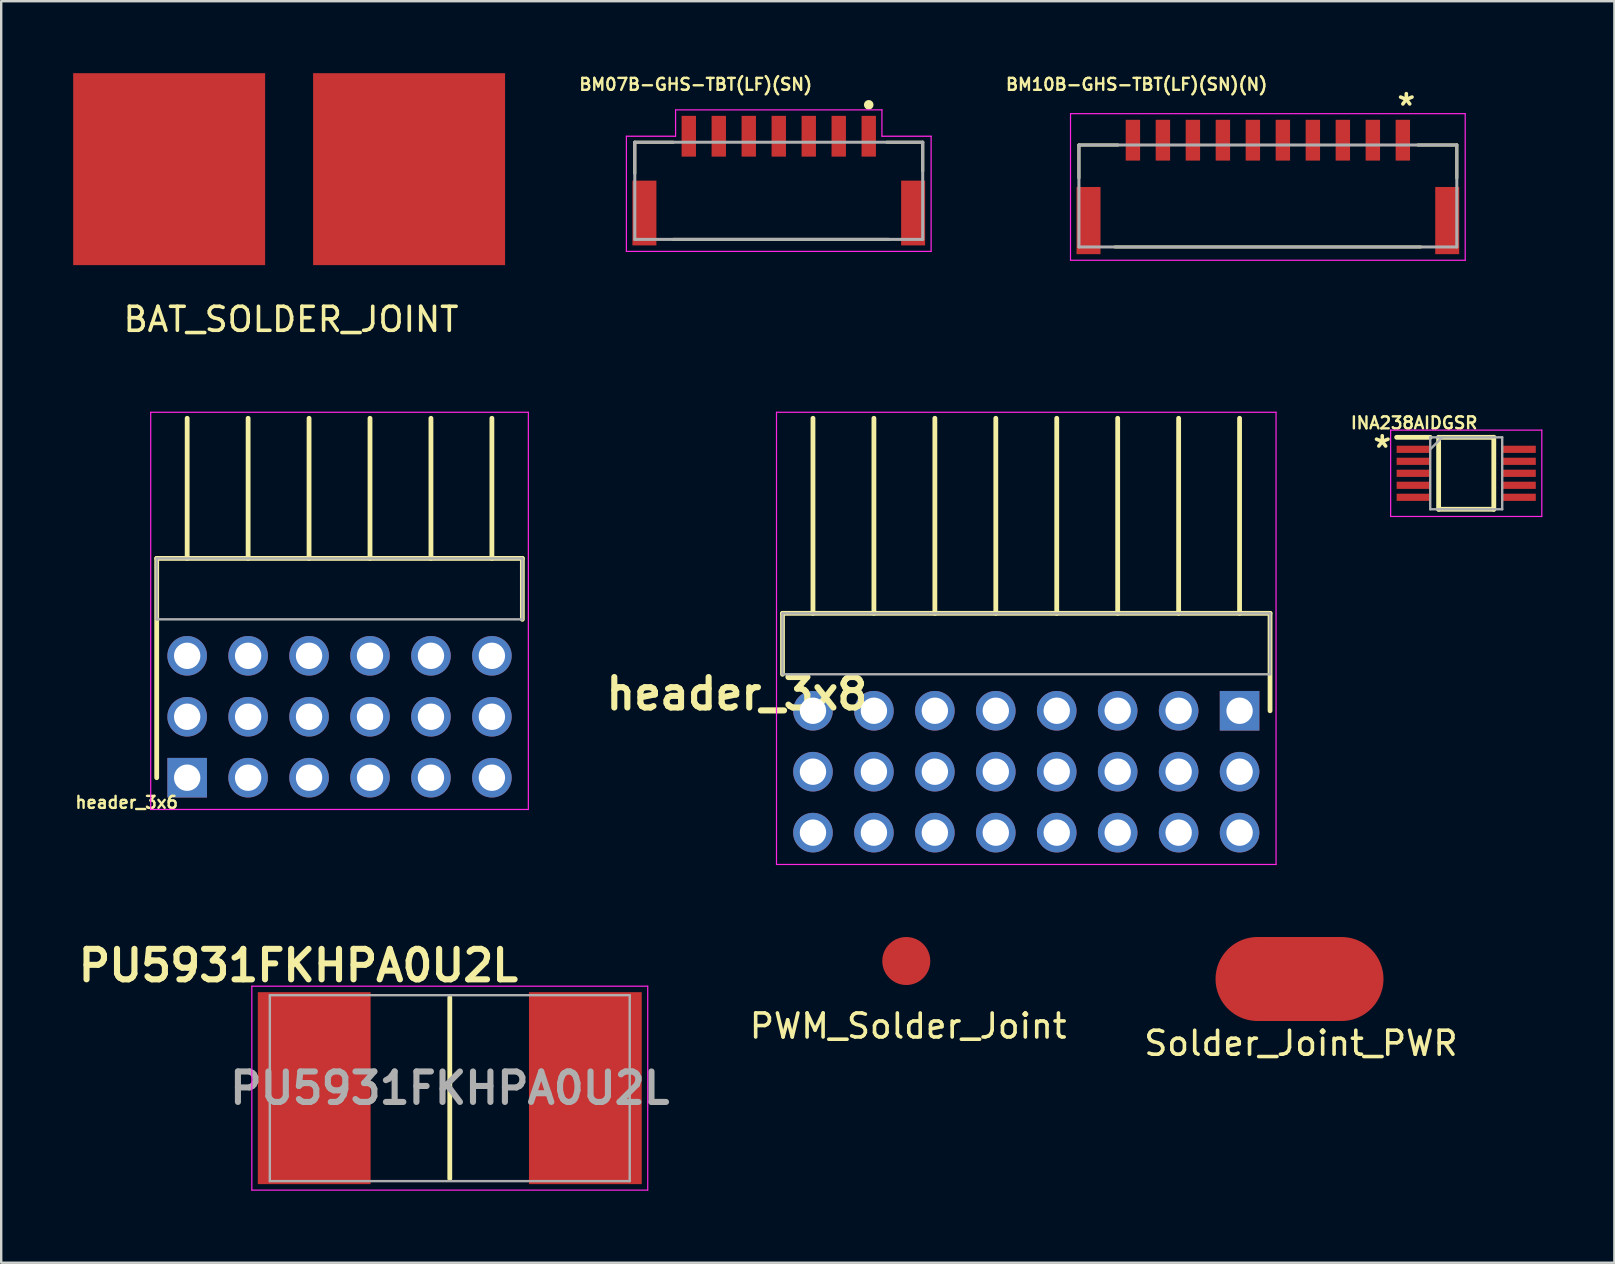
<source format=kicad_pcb>
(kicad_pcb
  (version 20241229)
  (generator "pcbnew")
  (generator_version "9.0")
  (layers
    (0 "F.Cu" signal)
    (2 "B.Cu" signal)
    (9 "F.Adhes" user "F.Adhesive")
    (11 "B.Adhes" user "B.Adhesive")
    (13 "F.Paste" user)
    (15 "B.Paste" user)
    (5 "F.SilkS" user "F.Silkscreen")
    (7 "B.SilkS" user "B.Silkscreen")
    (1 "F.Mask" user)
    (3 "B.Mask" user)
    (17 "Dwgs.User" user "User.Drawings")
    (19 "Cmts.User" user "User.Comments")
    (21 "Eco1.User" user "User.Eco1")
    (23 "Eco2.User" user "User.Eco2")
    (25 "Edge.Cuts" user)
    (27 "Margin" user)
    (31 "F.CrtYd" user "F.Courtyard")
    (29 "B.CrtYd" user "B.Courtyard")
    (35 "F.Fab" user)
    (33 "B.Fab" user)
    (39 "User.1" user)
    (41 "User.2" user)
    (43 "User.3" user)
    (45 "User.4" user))
  (footprint "BM10B-GHS-TBT(LF)(SN)(N)"
    (layer "F.Cu")
    (at 49.792 5.118)
    (property "Reference" "BM10B-GHS-TBT(LF)(SN)(N)" (at -5.47 -4.65 0) (layer "F.SilkS") (effects (font (size 0.5 0.5) (thickness 0.1))))
    (attr through_hole)
    (fp_line (start -7.875 -2.125) (end -7.875 -0.75) (stroke (width 0.127) (type solid)) (layer "F.SilkS"))
    (fp_line (start -6.37 2.125) (end 6.37 2.125) (stroke (width 0.127) (type solid)) (layer "F.SilkS"))
    (fp_line (start -6.25 -2.125) (end -7.875 -2.125) (stroke (width 0.127) (type solid)) (layer "F.SilkS"))
    (fp_line (start 7.875 -2.125) (end 6.25 -2.125) (stroke (width 0.127) (type solid)) (layer "F.SilkS"))
    (fp_line (start 7.875 -0.75) (end 7.875 -2.125) (stroke (width 0.127) (type solid)) (layer "F.SilkS"))
    (fp_line (start -8.225 -3.43) (end -8.225 2.68) (stroke (width 0.05) (type solid)) (layer "F.CrtYd"))
    (fp_line (start -8.225 2.68) (end 8.225 2.68) (stroke (width 0.05) (type solid)) (layer "F.CrtYd"))
    (fp_line (start 8.225 -3.43) (end -8.225 -3.43) (stroke (width 0.05) (type solid)) (layer "F.CrtYd"))
    (fp_line (start 8.225 2.68) (end 8.225 -3.43) (stroke (width 0.05) (type solid)) (layer "F.CrtYd"))
    (fp_line (start -7.875 -2.125) (end -7.875 2.125) (stroke (width 0.127) (type solid)) (layer "F.Fab"))
    (fp_line (start -7.875 2.125) (end 7.875 2.125) (stroke (width 0.127) (type solid)) (layer "F.Fab"))
    (fp_line (start 7.875 -2.125) (end -7.875 -2.125) (stroke (width 0.127) (type solid)) (layer "F.Fab"))
    (fp_line (start 7.875 2.125) (end 7.875 -2.125) (stroke (width 0.127) (type solid)) (layer "F.Fab"))
    (fp_text user "*" (at 5.77 -3.72 0) (layer "F.SilkS") (effects (font (size 1 1) (thickness 0.15))))
    (pad "1" smd rect (at 5.625 -2.325) (size 0.6 1.7) (layers "F.Cu" "F.Mask" "F.Paste"))
    (pad "2" smd rect (at 4.375 -2.325) (size 0.6 1.7) (layers "F.Cu" "F.Mask" "F.Paste"))
    (pad "3" smd rect (at 3.125 -2.325) (size 0.6 1.7) (layers "F.Cu" "F.Mask" "F.Paste"))
    (pad "4" smd rect (at 1.875 -2.325) (size 0.6 1.7) (layers "F.Cu" "F.Mask" "F.Paste"))
    (pad "5" smd rect (at 0.625 -2.325) (size 0.6 1.7) (layers "F.Cu" "F.Mask" "F.Paste"))
    (pad "6" smd rect (at -0.625 -2.325) (size 0.6 1.7) (layers "F.Cu" "F.Mask" "F.Paste"))
    (pad "7" smd rect (at -1.875 -2.325) (size 0.6 1.7) (layers "F.Cu" "F.Mask" "F.Paste"))
    (pad "8" smd rect (at -3.125 -2.325) (size 0.6 1.7) (layers "F.Cu" "F.Mask" "F.Paste"))
    (pad "9" smd rect (at -4.375 -2.325) (size 0.6 1.7) (layers "F.Cu" "F.Mask" "F.Paste"))
    (pad "10" smd rect (at -5.625 -2.325) (size 0.6 1.7) (layers "F.Cu" "F.Mask" "F.Paste"))
    (pad "S1" smd rect (at -7.475 1.025) (size 1 2.8) (layers "F.Cu" "F.Mask" "F.Paste"))
    (pad "S2" smd rect (at 7.475 1.025) (size 1 2.8) (layers "F.Cu" "F.Mask" "F.Paste")))
  (footprint "BM07B-GHS-TBT(LF)(SN)"
    (layer "F.Cu")
    (at 29.407 4.478)
    (property "Reference" "BM07B-GHS-TBT(LF)(SN)" (at -3.462 -4.01 0) (layer "F.SilkS") (effects (font (size 0.5 0.5) (thickness 0.1))))
    (attr through_hole)
    (fp_line (start -6 -1.6) (end -4.4 -1.6) (stroke (width 0.127) (type solid)) (layer "F.SilkS"))
    (fp_line (start -6 -0.3) (end -6 -1.6) (stroke (width 0.127) (type solid)) (layer "F.SilkS"))
    (fp_line (start -4.4 2.45) (end 4.6 2.45) (stroke (width 0.127) (type solid)) (layer "F.SilkS"))
    (fp_line (start 4.5 -1.6) (end 6 -1.6) (stroke (width 0.127) (type solid)) (layer "F.SilkS"))
    (fp_line (start 6 -1.6) (end 6 -0.4) (stroke (width 0.127) (type solid)) (layer "F.SilkS"))
    (fp_circle (center 3.75 -3.16) (end 3.85 -3.16) (stroke (width 0.2) (type solid)) (fill no) (layer "F.SilkS"))
    (fp_line (start -6.35 -1.85) (end -4.3 -1.85) (stroke (width 0.05) (type solid)) (layer "F.CrtYd"))
    (fp_line (start -6.35 2.95) (end -6.35 -1.85) (stroke (width 0.05) (type solid)) (layer "F.CrtYd"))
    (fp_line (start -4.3 -2.95) (end 4.3 -2.95) (stroke (width 0.05) (type solid)) (layer "F.CrtYd"))
    (fp_line (start -4.3 -1.85) (end -4.3 -2.95) (stroke (width 0.05) (type solid)) (layer "F.CrtYd"))
    (fp_line (start 4.3 -2.95) (end 4.3 -1.85) (stroke (width 0.05) (type solid)) (layer "F.CrtYd"))
    (fp_line (start 4.3 -1.85) (end 6.35 -1.85) (stroke (width 0.05) (type solid)) (layer "F.CrtYd"))
    (fp_line (start 6.35 -1.85) (end 6.35 2.95) (stroke (width 0.05) (type solid)) (layer "F.CrtYd"))
    (fp_line (start 6.35 2.95) (end -6.35 2.95) (stroke (width 0.05) (type solid)) (layer "F.CrtYd"))
    (fp_line (start -6 -1.6) (end 6 -1.6) (stroke (width 0.127) (type solid)) (layer "F.Fab"))
    (fp_line (start -6 2.45) (end -6 -1.6) (stroke (width 0.127) (type solid)) (layer "F.Fab"))
    (fp_line (start 6 -1.6) (end 6 2.45) (stroke (width 0.127) (type solid)) (layer "F.Fab"))
    (fp_line (start 6 2.45) (end -6 2.45) (stroke (width 0.127) (type solid)) (layer "F.Fab"))
    (pad "1" smd rect (at 3.75 -1.85) (size 0.6 1.7) (layers "F.Cu" "F.Mask" "F.Paste"))
    (pad "2" smd rect (at 2.5 -1.85) (size 0.6 1.7) (layers "F.Cu" "F.Mask" "F.Paste"))
    (pad "3" smd rect (at 1.25 -1.85) (size 0.6 1.7) (layers "F.Cu" "F.Mask" "F.Paste"))
    (pad "4" smd rect (at 0 -1.85) (size 0.6 1.7) (layers "F.Cu" "F.Mask" "F.Paste"))
    (pad "5" smd rect (at -1.25 -1.85) (size 0.6 1.7) (layers "F.Cu" "F.Mask" "F.Paste"))
    (pad "6" smd rect (at -2.5 -1.85) (size 0.6 1.7) (layers "F.Cu" "F.Mask" "F.Paste"))
    (pad "7" smd rect (at -3.75 -1.85) (size 0.6 1.7) (layers "F.Cu" "F.Mask" "F.Paste"))
    (pad "S1" smd rect (at 5.6 1.35) (size 1 2.7) (layers "F.Cu" "F.Mask" "F.Paste"))
    (pad "S2" smd rect (at -5.6 1.35) (size 1 2.7) (layers "F.Cu" "F.Mask" "F.Paste")))
  (footprint "header_3x6"
    (layer "F.Cu")
    (at 4.751 29.363)
    (property "Reference" "header_3x6" (at -2.52 1.03 0) (layer "F.SilkS") (effects (font (size 0.5 0.5) (thickness 0.1))))
    (attr through_hole)
    (fp_line (start -1.27 -9.14) (end 13.97 -9.14) (stroke (width 0.2) (type solid)) (layer "F.SilkS"))
    (fp_line (start -1.27 0) (end -1.27 -9.14) (stroke (width 0.2) (type solid)) (layer "F.SilkS"))
    (fp_line (start 0 -9.14) (end 0 -14.98) (stroke (width 0.2) (type solid)) (layer "F.SilkS"))
    (fp_line (start 2.54 -9.14) (end 2.54 -14.98) (stroke (width 0.2) (type solid)) (layer "F.SilkS"))
    (fp_line (start 5.08 -9.14) (end 5.08 -14.98) (stroke (width 0.2) (type solid)) (layer "F.SilkS"))
    (fp_line (start 7.62 -9.14) (end 7.62 -14.98) (stroke (width 0.2) (type solid)) (layer "F.SilkS"))
    (fp_line (start 10.16 -9.14) (end 10.16 -14.98) (stroke (width 0.2) (type solid)) (layer "F.SilkS"))
    (fp_line (start 12.7 -9.14) (end 12.7 -14.98) (stroke (width 0.2) (type solid)) (layer "F.SilkS"))
    (fp_line (start 13.97 -9.14) (end 13.97 -6.6) (stroke (width 0.2) (type solid)) (layer "F.SilkS"))
    (fp_line (start -1.52 -15.23) (end -1.52 1.325) (stroke (width 0.05) (type solid)) (layer "F.CrtYd"))
    (fp_line (start -1.52 1.325) (end 14.22 1.325) (stroke (width 0.05) (type solid)) (layer "F.CrtYd"))
    (fp_line (start 14.22 -15.23) (end -1.52 -15.23) (stroke (width 0.05) (type solid)) (layer "F.CrtYd"))
    (fp_line (start 14.22 1.325) (end 14.22 -15.23) (stroke (width 0.05) (type solid)) (layer "F.CrtYd"))
    (fp_line (start -1.27 -9.14) (end 13.97 -9.14) (stroke (width 0.1) (type solid)) (layer "F.Fab"))
    (fp_line (start -1.27 -6.6) (end -1.27 -9.14) (stroke (width 0.1) (type solid)) (layer "F.Fab"))
    (fp_line (start 13.97 -9.14) (end 13.97 -6.6) (stroke (width 0.1) (type solid)) (layer "F.Fab"))
    (fp_line (start 13.97 -6.6) (end -1.27 -6.6) (stroke (width 0.1) (type solid)) (layer "F.Fab"))
    (pad "1" thru_hole rect (at 0 0) (size 1.65 1.65) (drill 1.1) (layers "*.Cu" "*.Mask"))
    (pad "2" thru_hole circle (at 0 -2.54) (size 1.65 1.65) (drill 1.1) (layers "*.Cu" "*.Mask"))
    (pad "3" thru_hole circle (at 0 -5.08) (size 1.65 1.65) (drill 1.1) (layers "*.Cu" "*.Mask"))
    (pad "4" thru_hole circle (at 2.54 0) (size 1.65 1.65) (drill 1.1) (layers "*.Cu" "*.Mask"))
    (pad "5" thru_hole circle (at 2.54 -2.54) (size 1.65 1.65) (drill 1.1) (layers "*.Cu" "*.Mask"))
    (pad "6" thru_hole circle (at 2.54 -5.08) (size 1.65 1.65) (drill 1.1) (layers "*.Cu" "*.Mask"))
    (pad "7" thru_hole circle (at 5.08 0) (size 1.65 1.65) (drill 1.1) (layers "*.Cu" "*.Mask"))
    (pad "8" thru_hole circle (at 5.08 -2.54) (size 1.65 1.65) (drill 1.1) (layers "*.Cu" "*.Mask"))
    (pad "9" thru_hole circle (at 5.08 -5.08) (size 1.65 1.65) (drill 1.1) (layers "*.Cu" "*.Mask"))
    (pad "10" thru_hole circle (at 7.62 0) (size 1.65 1.65) (drill 1.1) (layers "*.Cu" "*.Mask"))
    (pad "11" thru_hole circle (at 7.62 -2.54) (size 1.65 1.65) (drill 1.1) (layers "*.Cu" "*.Mask"))
    (pad "12" thru_hole circle (at 7.62 -5.08) (size 1.65 1.65) (drill 1.1) (layers "*.Cu" "*.Mask"))
    (pad "13" thru_hole circle (at 10.16 0) (size 1.65 1.65) (drill 1.1) (layers "*.Cu" "*.Mask"))
    (pad "14" thru_hole circle (at 10.16 -2.54) (size 1.65 1.65) (drill 1.1) (layers "*.Cu" "*.Mask"))
    (pad "15" thru_hole circle (at 10.16 -5.08) (size 1.65 1.65) (drill 1.1) (layers "*.Cu" "*.Mask"))
    (pad "16" thru_hole circle (at 12.7 0) (size 1.65 1.65) (drill 1.1) (layers "*.Cu" "*.Mask"))
    (pad "17" thru_hole circle (at 12.7 -2.54) (size 1.65 1.65) (drill 1.1) (layers "*.Cu" "*.Mask"))
    (pad "18" thru_hole circle (at 12.7 -5.08) (size 1.65 1.65) (drill 1.1) (layers "*.Cu" "*.Mask")))
  (footprint "PU5931FKHPA0U2L"
    (layer "F.Cu")
    (at 15.696 42.302)
    (property "Reference" "PU5931FKHPA0U2L" (at -6.31 -5.11 0) (layer "F.SilkS") (effects (font (size 1.27 1.27) (thickness 0.254))))
    (attr smd)
    (fp_line (start 0 -3.775) (end 0 3.775) (stroke (width 0.2) (type solid)) (layer "F.SilkS"))
    (fp_line (start -8.25 -4.25) (end 8.25 -4.25) (stroke (width 0.05) (type solid)) (layer "F.CrtYd"))
    (fp_line (start -8.25 4.25) (end -8.25 -4.25) (stroke (width 0.05) (type solid)) (layer "F.CrtYd"))
    (fp_line (start 8.25 -4.25) (end 8.25 4.25) (stroke (width 0.05) (type solid)) (layer "F.CrtYd"))
    (fp_line (start 8.25 4.25) (end -8.25 4.25) (stroke (width 0.05) (type solid)) (layer "F.CrtYd"))
    (fp_line (start -7.5 -3.875) (end 7.5 -3.875) (stroke (width 0.1) (type solid)) (layer "F.Fab"))
    (fp_line (start -7.5 3.875) (end -7.5 -3.875) (stroke (width 0.1) (type solid)) (layer "F.Fab"))
    (fp_line (start 7.5 -3.875) (end 7.5 3.875) (stroke (width 0.1) (type solid)) (layer "F.Fab"))
    (fp_line (start 7.5 3.875) (end -7.5 3.875) (stroke (width 0.1) (type solid)) (layer "F.Fab"))
    (fp_text user "${REFERENCE}" (at 0 0 0) (layer "F.Fab") (effects (font (size 1.27 1.27) (thickness 0.254))))
    (pad "1" smd rect (at -5.65 0) (size 4.7 8) (layers "F.Cu" "F.Mask" "F.Paste"))
    (pad "2" smd rect (at 5.65 0) (size 4.7 8) (layers "F.Cu" "F.Mask" "F.Paste")))
  (footprint "Solder_Joint_PWR"
    (layer "F.Cu")
    (at 51.111 37.753)
    (property "Reference" "Solder_Joint_PWR" (at 0.06 2.68 0) (layer "F.SilkS") (effects (font (size 1 1) (thickness 0.15))))
    (attr through_hole)
    (pad "1" smd oval (at 0 0) (size 7 3.5) (layers "F.Cu" "F.Mask" "F.Paste")))
  (footprint "INA238AIDGSR"
    (layer "F.Cu")
    (at 58.059 16.676)
    (property "Reference" "INA238AIDGSR" (at -2.17 -2.1 0) (layer "F.SilkS") (effects (font (size 0.5 0.5) (thickness 0.1))))
    (attr smd)
    (fp_line (start -2.9 -1.5) (end -1.5 -1.5) (stroke (width 0.2) (type solid)) (layer "F.SilkS"))
    (fp_line (start -1.15 -1.5) (end 1.15 -1.5) (stroke (width 0.2) (type solid)) (layer "F.SilkS"))
    (fp_line (start -1.15 1.5) (end -1.15 -1.5) (stroke (width 0.2) (type solid)) (layer "F.SilkS"))
    (fp_line (start 1.15 -1.5) (end 1.15 1.5) (stroke (width 0.2) (type solid)) (layer "F.SilkS"))
    (fp_line (start 1.15 1.5) (end -1.15 1.5) (stroke (width 0.2) (type solid)) (layer "F.SilkS"))
    (fp_line (start -3.15 -1.8) (end 3.15 -1.8) (stroke (width 0.05) (type solid)) (layer "F.CrtYd"))
    (fp_line (start -3.15 1.8) (end -3.15 -1.8) (stroke (width 0.05) (type solid)) (layer "F.CrtYd"))
    (fp_line (start 3.15 -1.8) (end 3.15 1.8) (stroke (width 0.05) (type solid)) (layer "F.CrtYd"))
    (fp_line (start 3.15 1.8) (end -3.15 1.8) (stroke (width 0.05) (type solid)) (layer "F.CrtYd"))
    (fp_line (start -1.5 -1.5) (end 1.5 -1.5) (stroke (width 0.1) (type solid)) (layer "F.Fab"))
    (fp_line (start -1.5 -1) (end -1 -1.5) (stroke (width 0.1) (type solid)) (layer "F.Fab"))
    (fp_line (start -1.5 1.5) (end -1.5 -1.5) (stroke (width 0.1) (type solid)) (layer "F.Fab"))
    (fp_line (start 1.5 -1.5) (end 1.5 1.5) (stroke (width 0.1) (type solid)) (layer "F.Fab"))
    (fp_line (start 1.5 1.5) (end -1.5 1.5) (stroke (width 0.1) (type solid)) (layer "F.Fab"))
    (fp_text user "*" (at -3.5 -1.02 0) (layer "F.SilkS") (effects (font (size 1 1) (thickness 0.15))))
    (pad "1" smd rect (at -2.2 -1 90) (size 0.3 1.4) (layers "F.Cu" "F.Mask" "F.Paste"))
    (pad "2" smd rect (at -2.2 -0.5 90) (size 0.3 1.4) (layers "F.Cu" "F.Mask" "F.Paste"))
    (pad "3" smd rect (at -2.2 0 90) (size 0.3 1.4) (layers "F.Cu" "F.Mask" "F.Paste"))
    (pad "4" smd rect (at -2.2 0.5 90) (size 0.3 1.4) (layers "F.Cu" "F.Mask" "F.Paste"))
    (pad "5" smd rect (at -2.2 1 90) (size 0.3 1.4) (layers "F.Cu" "F.Mask" "F.Paste"))
    (pad "6" smd rect (at 2.2 1 90) (size 0.3 1.4) (layers "F.Cu" "F.Mask" "F.Paste"))
    (pad "7" smd rect (at 2.2 0.5 90) (size 0.3 1.4) (layers "F.Cu" "F.Mask" "F.Paste"))
    (pad "8" smd rect (at 2.2 0 90) (size 0.3 1.4) (layers "F.Cu" "F.Mask" "F.Paste"))
    (pad "9" smd rect (at 2.2 -0.5 90) (size 0.3 1.4) (layers "F.Cu" "F.Mask" "F.Paste"))
    (pad "10" smd rect (at 2.2 -1 90) (size 0.3 1.4) (layers "F.Cu" "F.Mask" "F.Paste")))
  (footprint "PWM_Solder_Joint"
    (layer "F.Cu")
    (at 34.722 37.003)
    (property "Reference" "PWM_Solder_Joint" (at 0.08 2.71 0) (layer "F.SilkS") (effects (font (size 1 1) (thickness 0.15))))
    (attr through_hole)
    (pad "1" smd circle (at 0 0) (size 2 2) (layers "F.Cu" "F.Mask" "F.Paste")))
  (footprint "header_3x8"
    (layer "F.Cu")
    (at 48.613 26.573)
    (property "Reference" "header_3x8" (at -20.95 -0.71 0) (layer "F.SilkS") (effects (font (size 1.27 1.27) (thickness 0.254))))
    (attr through_hole)
    (fp_line (start -19.05 -4.06) (end -19.05 -1.52) (stroke (width 0.2) (type solid)) (layer "F.SilkS"))
    (fp_line (start -17.78 -4.06) (end -17.78 -12.19) (stroke (width 0.2) (type solid)) (layer "F.SilkS"))
    (fp_line (start -15.24 -4.06) (end -15.24 -12.19) (stroke (width 0.2) (type solid)) (layer "F.SilkS"))
    (fp_line (start -12.7 -4.06) (end -12.7 -12.19) (stroke (width 0.2) (type solid)) (layer "F.SilkS"))
    (fp_line (start -10.16 -4.06) (end -10.16 -12.19) (stroke (width 0.2) (type solid)) (layer "F.SilkS"))
    (fp_line (start -7.62 -4.06) (end -7.62 -12.19) (stroke (width 0.2) (type solid)) (layer "F.SilkS"))
    (fp_line (start -5.08 -4.06) (end -5.08 -12.19) (stroke (width 0.2) (type solid)) (layer "F.SilkS"))
    (fp_line (start -2.54 -4.06) (end -2.54 -12.19) (stroke (width 0.2) (type solid)) (layer "F.SilkS"))
    (fp_line (start 0 -4.06) (end 0 -12.19) (stroke (width 0.2) (type solid)) (layer "F.SilkS"))
    (fp_line (start 1.27 -4.06) (end -19.05 -4.06) (stroke (width 0.2) (type solid)) (layer "F.SilkS"))
    (fp_line (start 1.27 0) (end 1.27 -4.06) (stroke (width 0.2) (type solid)) (layer "F.SilkS"))
    (fp_line (start -19.3 -12.44) (end 1.52 -12.44) (stroke (width 0.05) (type solid)) (layer "F.CrtYd"))
    (fp_line (start -19.3 6.405) (end -19.3 -12.44) (stroke (width 0.05) (type solid)) (layer "F.CrtYd"))
    (fp_line (start 1.52 -12.44) (end 1.52 6.405) (stroke (width 0.05) (type solid)) (layer "F.CrtYd"))
    (fp_line (start 1.52 6.405) (end -19.3 6.405) (stroke (width 0.05) (type solid)) (layer "F.CrtYd"))
    (fp_line (start -19.05 -4.06) (end 1.27 -4.06) (stroke (width 0.1) (type solid)) (layer "F.Fab"))
    (fp_line (start -19.05 -1.52) (end -19.05 -4.06) (stroke (width 0.1) (type solid)) (layer "F.Fab"))
    (fp_line (start 1.27 -4.06) (end 1.27 -1.52) (stroke (width 0.1) (type solid)) (layer "F.Fab"))
    (fp_line (start 1.27 -1.52) (end -19.05 -1.52) (stroke (width 0.1) (type solid)) (layer "F.Fab"))
    (pad "1" thru_hole rect (at 0 0) (size 1.65 1.65) (drill 1.1) (layers "*.Cu" "*.Mask"))
    (pad "2" thru_hole circle (at 0 2.54) (size 1.65 1.65) (drill 1.1) (layers "*.Cu" "*.Mask"))
    (pad "3" thru_hole circle (at 0 5.08) (size 1.65 1.65) (drill 1.1) (layers "*.Cu" "*.Mask"))
    (pad "4" thru_hole circle (at -2.54 0) (size 1.65 1.65) (drill 1.1) (layers "*.Cu" "*.Mask"))
    (pad "5" thru_hole circle (at -2.54 2.54) (size 1.65 1.65) (drill 1.1) (layers "*.Cu" "*.Mask"))
    (pad "6" thru_hole circle (at -2.54 5.08) (size 1.65 1.65) (drill 1.1) (layers "*.Cu" "*.Mask"))
    (pad "7" thru_hole circle (at -5.08 0) (size 1.65 1.65) (drill 1.1) (layers "*.Cu" "*.Mask"))
    (pad "8" thru_hole circle (at -5.08 2.54) (size 1.65 1.65) (drill 1.1) (layers "*.Cu" "*.Mask"))
    (pad "9" thru_hole circle (at -5.08 5.08) (size 1.65 1.65) (drill 1.1) (layers "*.Cu" "*.Mask"))
    (pad "10" thru_hole circle (at -7.62 0) (size 1.65 1.65) (drill 1.1) (layers "*.Cu" "*.Mask"))
    (pad "11" thru_hole circle (at -7.62 2.54) (size 1.65 1.65) (drill 1.1) (layers "*.Cu" "*.Mask"))
    (pad "12" thru_hole circle (at -7.62 5.08) (size 1.65 1.65) (drill 1.1) (layers "*.Cu" "*.Mask"))
    (pad "13" thru_hole circle (at -10.16 0) (size 1.65 1.65) (drill 1.1) (layers "*.Cu" "*.Mask"))
    (pad "14" thru_hole circle (at -10.16 2.54) (size 1.65 1.65) (drill 1.1) (layers "*.Cu" "*.Mask"))
    (pad "15" thru_hole circle (at -10.16 5.08) (size 1.65 1.65) (drill 1.1) (layers "*.Cu" "*.Mask"))
    (pad "16" thru_hole circle (at -12.7 0) (size 1.65 1.65) (drill 1.1) (layers "*.Cu" "*.Mask"))
    (pad "17" thru_hole circle (at -12.7 2.54) (size 1.65 1.65) (drill 1.1) (layers "*.Cu" "*.Mask"))
    (pad "18" thru_hole circle (at -12.7 5.08) (size 1.65 1.65) (drill 1.1) (layers "*.Cu" "*.Mask"))
    (pad "19" thru_hole circle (at -15.24 0) (size 1.65 1.65) (drill 1.1) (layers "*.Cu" "*.Mask"))
    (pad "20" thru_hole circle (at -15.24 2.54) (size 1.65 1.65) (drill 1.1) (layers "*.Cu" "*.Mask"))
    (pad "21" thru_hole circle (at -15.24 5.08) (size 1.65 1.65) (drill 1.1) (layers "*.Cu" "*.Mask"))
    (pad "22" thru_hole circle (at -17.78 0) (size 1.65 1.65) (drill 1.1) (layers "*.Cu" "*.Mask"))
    (pad "23" thru_hole circle (at -17.78 2.54) (size 1.65 1.65) (drill 1.1) (layers "*.Cu" "*.Mask"))
    (pad "24" thru_hole circle (at -17.78 5.08) (size 1.65 1.65) (drill 1.1) (layers "*.Cu" "*.Mask")))
  (footprint "BAT_SOLDER_JOINT"
    (layer "F.Cu")
    (at 9 4)
    (property "Reference" "BAT_SOLDER_JOINT" (at 0.08 6.26 0) (layer "F.SilkS") (effects (font (size 1 1) (thickness 0.15))))
    (attr through_hole)
    (pad "1" smd rect (at -5 0) (size 8 8) (layers "F.Cu" "F.Mask" "F.Paste"))
    (pad "2" smd rect (at 5 0) (size 8 8) (layers "F.Cu" "F.Mask" "F.Paste")))
  (gr_rect
    (start -3 -3)
    (end 64.234 49.577)
    (stroke (width 0.1) (type default))
    (fill no)
    (layer "Edge.Cuts")))
</source>
